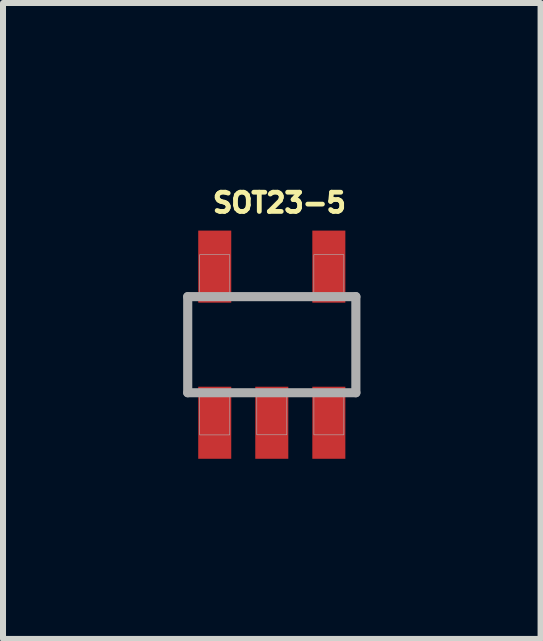
<source format=kicad_pcb>
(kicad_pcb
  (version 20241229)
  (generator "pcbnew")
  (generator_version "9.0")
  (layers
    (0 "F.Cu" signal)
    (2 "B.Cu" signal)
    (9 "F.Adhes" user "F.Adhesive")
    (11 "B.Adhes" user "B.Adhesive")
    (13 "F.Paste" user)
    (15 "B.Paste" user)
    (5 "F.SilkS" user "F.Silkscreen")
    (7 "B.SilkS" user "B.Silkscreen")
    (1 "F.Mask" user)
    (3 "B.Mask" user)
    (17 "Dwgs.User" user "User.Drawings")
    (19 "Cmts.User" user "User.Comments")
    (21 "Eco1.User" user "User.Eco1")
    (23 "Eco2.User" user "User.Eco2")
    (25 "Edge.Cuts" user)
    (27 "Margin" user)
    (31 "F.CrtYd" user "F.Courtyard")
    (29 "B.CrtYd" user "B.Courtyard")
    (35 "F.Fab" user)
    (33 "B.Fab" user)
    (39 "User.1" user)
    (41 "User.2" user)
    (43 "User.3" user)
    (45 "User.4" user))
  (footprint "SOT23-5"
    (layer "F.Cu")
    (at 1.476 2.69)
    (property "Reference" "SOT23-5" (at 0.127 -2.363 0) (layer "F.SilkS") (effects (font (size 0.32 0.32) (thickness 0.15))))
    (attr through_hole)
    (fp_line (start -1.4 -0.8) (end -1.4 0.8) (stroke (width 0.152) (type solid)) (layer "F.Fab"))
    (fp_line (start -1.4 -0.8) (end 1.4 -0.8) (stroke (width 0.152) (type solid)) (layer "F.Fab"))
    (fp_line (start 1.4 -0.8) (end 1.4 0.8) (stroke (width 0.152) (type solid)) (layer "F.Fab"))
    (fp_line (start 1.4 0.8) (end -1.4 0.8) (stroke (width 0.152) (type solid)) (layer "F.Fab"))
    (fp_poly (pts (xy -1.201 0.85) (xy -0.7 0.85) (xy -0.7 1.502) (xy -1.201 1.502)) (stroke (width 0.01) (type solid)) (fill no) (layer "F.Fab"))
    (fp_poly (pts (xy -1.201 -1.5) (xy -0.7 -1.5) (xy -0.7 -0.85) (xy -1.201 -0.85)) (stroke (width 0.01) (type solid)) (fill no) (layer "F.Fab"))
    (fp_poly (pts (xy -0.25 0.85) (xy 0.25 0.85) (xy 0.25 1.5) (xy -0.25 1.5)) (stroke (width 0.01) (type solid)) (fill no) (layer "F.Fab"))
    (fp_poly (pts (xy 0.7 -1.5) (xy 1.2 -1.5) (xy 1.2 -0.85) (xy 0.7 -0.85)) (stroke (width 0.01) (type solid)) (fill no) (layer "F.Fab"))
    (fp_poly (pts (xy 0.701 0.85) (xy 1.2 0.85) (xy 1.2 1.501) (xy 0.701 1.501)) (stroke (width 0.01) (type solid)) (fill no) (layer "F.Fab"))
    (pad "1" smd rect (at -0.95 1.3) (size 0.55 1.2) (layers "F.Cu" "F.Mask" "F.Paste"))
    (pad "2" smd rect (at 0 1.3) (size 0.55 1.2) (layers "F.Cu" "F.Mask" "F.Paste"))
    (pad "3" smd rect (at 0.95 1.3) (size 0.55 1.2) (layers "F.Cu" "F.Mask" "F.Paste"))
    (pad "4" smd rect (at 0.95 -1.3) (size 0.55 1.2) (layers "F.Cu" "F.Mask" "F.Paste"))
    (pad "5" smd rect (at -0.95 -1.3) (size 0.55 1.2) (layers "F.Cu" "F.Mask" "F.Paste")))
  (gr_rect
    (start -3 -3)
    (end 5.952 7.59)
    (stroke (width 0.1) (type default))
    (fill no)
    (layer "Edge.Cuts")))
</source>
